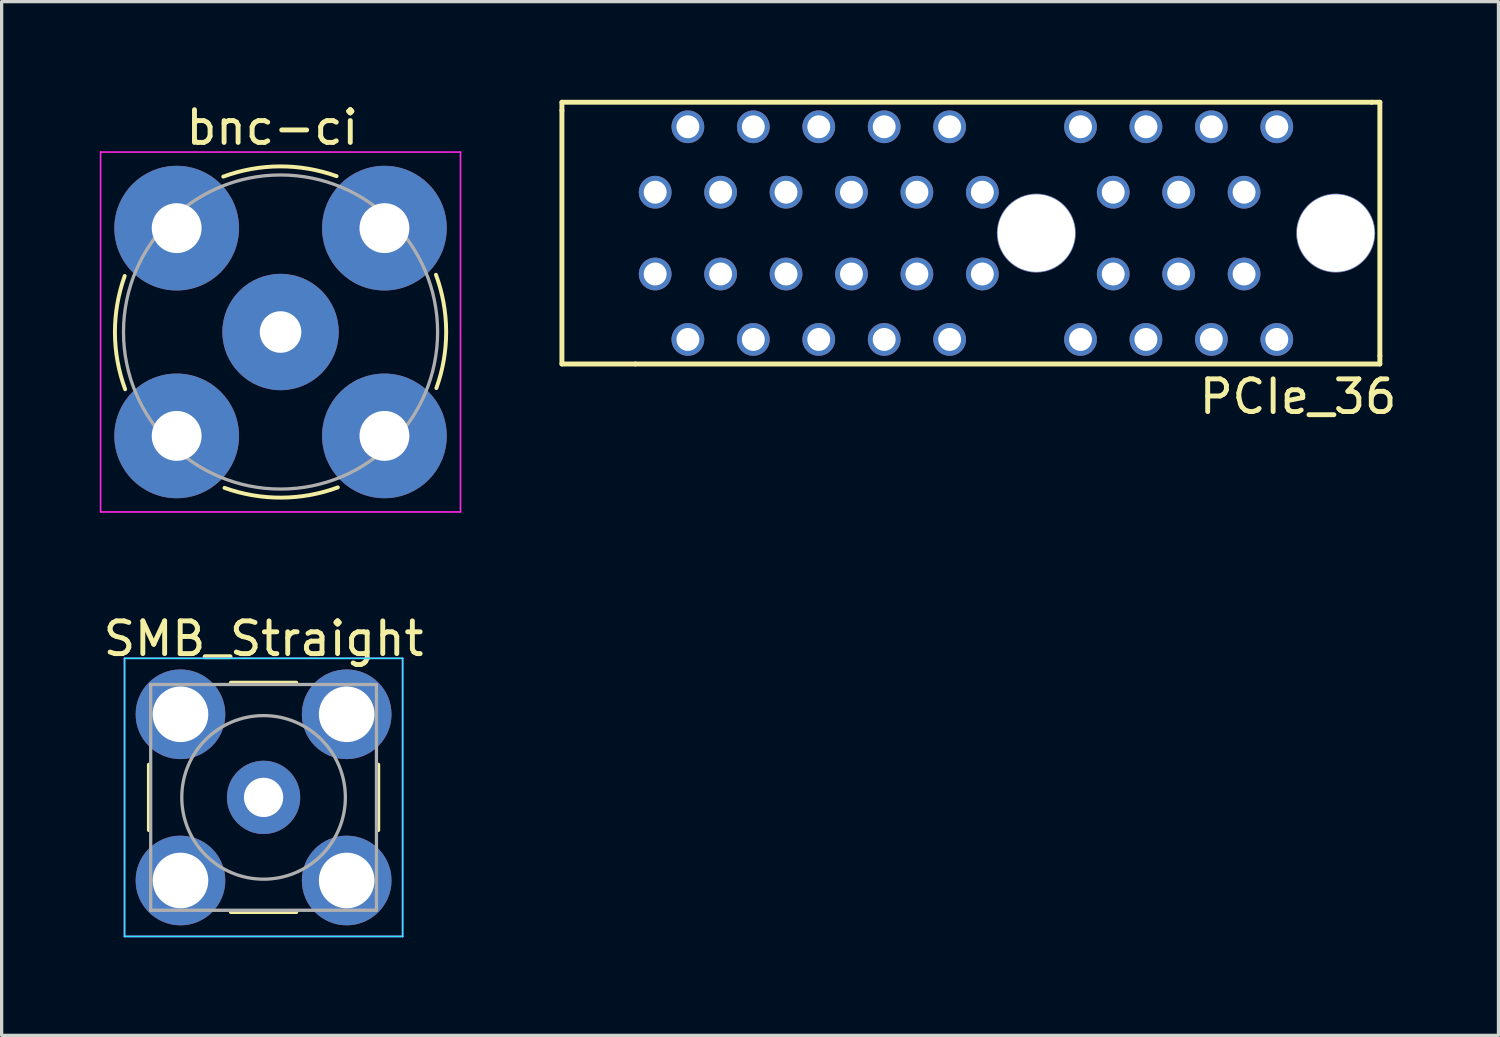
<source format=kicad_pcb>
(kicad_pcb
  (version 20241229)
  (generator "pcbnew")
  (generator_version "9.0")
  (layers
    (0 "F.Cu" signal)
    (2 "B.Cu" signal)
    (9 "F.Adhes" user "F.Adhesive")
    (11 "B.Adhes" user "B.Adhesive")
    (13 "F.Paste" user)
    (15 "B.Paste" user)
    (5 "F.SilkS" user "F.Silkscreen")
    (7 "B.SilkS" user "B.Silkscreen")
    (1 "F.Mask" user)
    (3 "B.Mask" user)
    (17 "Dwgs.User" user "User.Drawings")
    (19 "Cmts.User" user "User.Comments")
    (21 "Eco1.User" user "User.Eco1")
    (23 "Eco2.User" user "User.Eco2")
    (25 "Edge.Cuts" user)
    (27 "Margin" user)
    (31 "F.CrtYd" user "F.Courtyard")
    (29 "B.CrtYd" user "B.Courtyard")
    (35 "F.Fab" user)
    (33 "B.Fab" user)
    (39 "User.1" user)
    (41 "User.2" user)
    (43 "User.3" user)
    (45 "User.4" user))
  (footprint "PCIe_36"
    (layer "F.Cu")
    (at 28.625 4.075)
    (property "Reference" "PCIe_36" (at 8 5 180) (layer "F.SilkS") (effects (font (size 1 1) (thickness 0.15))))
    (attr through_hole)
    (fp_line (start -14.5 -4) (end 10.25 -4) (stroke (width 0.15) (type solid)) (layer "F.SilkS"))
    (fp_line (start -14.5 -3.75) (end -14.5 -4) (stroke (width 0.15) (type solid)) (layer "F.SilkS"))
    (fp_line (start -14.5 4) (end -14.5 -3.75) (stroke (width 0.15) (type solid)) (layer "F.SilkS"))
    (fp_line (start -12.25 4) (end -14.5 4) (stroke (width 0.15) (type solid)) (layer "F.SilkS"))
    (fp_line (start 10.25 -4) (end 10.5 -4) (stroke (width 0.15) (type solid)) (layer "F.SilkS"))
    (fp_line (start 10.5 -4) (end 10.5 3.75) (stroke (width 0.15) (type solid)) (layer "F.SilkS"))
    (fp_line (start 10.5 3.75) (end 10.5 4) (stroke (width 0.15) (type solid)) (layer "F.SilkS"))
    (fp_line (start 10.5 4) (end -12.25 4) (stroke (width 0.15) (type solid)) (layer "F.SilkS"))
    (pad "" thru_hole circle (at 0 0) (size 2.41 2.41) (drill 2.37) (layers "*.Cu" "*.Mask"))
    (pad "" thru_hole circle (at 9.15 0) (size 2.41 2.41) (drill 2.37) (layers "*.Cu" "*.Mask"))
    (pad "1" thru_hole circle (at 7.35 -3.25) (size 1 1) (drill 0.7) (layers "*.Cu" "*.Mask"))
    (pad "2" thru_hole circle (at 7.35 3.25) (size 1 1) (drill 0.7) (layers "*.Cu" "*.Mask"))
    (pad "3" thru_hole circle (at 6.35 -1.25) (size 1 1) (drill 0.7) (layers "*.Cu" "*.Mask"))
    (pad "4" thru_hole circle (at 6.35 1.25) (size 1 1) (drill 0.7) (layers "*.Cu" "*.Mask"))
    (pad "5" thru_hole circle (at 5.35 -3.25) (size 1 1) (drill 0.7) (layers "*.Cu" "*.Mask"))
    (pad "6" thru_hole circle (at 5.35 3.25) (size 1 1) (drill 0.7) (layers "*.Cu" "*.Mask"))
    (pad "7" thru_hole circle (at 4.35 -1.25) (size 1 1) (drill 0.7) (layers "*.Cu" "*.Mask"))
    (pad "8" thru_hole circle (at 4.35 1.25) (size 1 1) (drill 0.7) (layers "*.Cu" "*.Mask"))
    (pad "9" thru_hole circle (at 3.35 -3.25) (size 1 1) (drill 0.7) (layers "*.Cu" "*.Mask"))
    (pad "10" thru_hole circle (at 3.35 3.25) (size 1 1) (drill 0.7) (layers "*.Cu" "*.Mask"))
    (pad "11" thru_hole circle (at 2.35 -1.25) (size 1 1) (drill 0.7) (layers "*.Cu" "*.Mask"))
    (pad "12" thru_hole circle (at 2.35 1.25) (size 1 1) (drill 0.7) (layers "*.Cu" "*.Mask"))
    (pad "13" thru_hole circle (at 1.35 -3.25) (size 1 1) (drill 0.7) (layers "*.Cu" "*.Mask"))
    (pad "14" thru_hole circle (at 1.35 3.25) (size 1 1) (drill 0.7) (layers "*.Cu" "*.Mask"))
    (pad "15" thru_hole circle (at -1.65 -1.25) (size 1 1) (drill 0.7) (layers "*.Cu" "*.Mask"))
    (pad "16" thru_hole circle (at -1.65 1.25) (size 1 1) (drill 0.7) (layers "*.Cu" "*.Mask"))
    (pad "17" thru_hole circle (at -2.65 -3.25) (size 1 1) (drill 0.7) (layers "*.Cu" "*.Mask"))
    (pad "18" thru_hole circle (at -2.65 3.25) (size 1 1) (drill 0.7) (layers "*.Cu" "*.Mask"))
    (pad "19" thru_hole circle (at -3.65 -1.25) (size 1 1) (drill 0.7) (layers "*.Cu" "*.Mask"))
    (pad "20" thru_hole circle (at -3.65 1.25) (size 1 1) (drill 0.7) (layers "*.Cu" "*.Mask"))
    (pad "21" thru_hole circle (at -4.65 -3.25) (size 1 1) (drill 0.7) (layers "*.Cu" "*.Mask"))
    (pad "22" thru_hole circle (at -4.65 3.25) (size 1 1) (drill 0.7) (layers "*.Cu" "*.Mask"))
    (pad "23" thru_hole circle (at -5.65 -1.25) (size 1 1) (drill 0.7) (layers "*.Cu" "*.Mask"))
    (pad "24" thru_hole circle (at -5.65 1.25) (size 1 1) (drill 0.7) (layers "*.Cu" "*.Mask"))
    (pad "25" thru_hole circle (at -6.65 -3.25) (size 1 1) (drill 0.7) (layers "*.Cu" "*.Mask"))
    (pad "26" thru_hole circle (at -6.65 3.25) (size 1 1) (drill 0.7) (layers "*.Cu" "*.Mask"))
    (pad "27" thru_hole circle (at -7.65 -1.25) (size 1 1) (drill 0.7) (layers "*.Cu" "*.Mask"))
    (pad "28" thru_hole circle (at -7.65 1.25) (size 1 1) (drill 0.7) (layers "*.Cu" "*.Mask"))
    (pad "29" thru_hole circle (at -8.65 -3.25) (size 1 1) (drill 0.7) (layers "*.Cu" "*.Mask"))
    (pad "30" thru_hole circle (at -8.65 3.25) (size 1 1) (drill 0.7) (layers "*.Cu" "*.Mask"))
    (pad "31" thru_hole circle (at -9.65 -1.25) (size 1 1) (drill 0.7) (layers "*.Cu" "*.Mask"))
    (pad "32" thru_hole circle (at -9.65 1.25) (size 1 1) (drill 0.7) (layers "*.Cu" "*.Mask"))
    (pad "33" thru_hole circle (at -10.65 -3.25) (size 1 1) (drill 0.7) (layers "*.Cu" "*.Mask"))
    (pad "34" thru_hole circle (at -10.65 3.25) (size 1 1) (drill 0.7) (layers "*.Cu" "*.Mask"))
    (pad "35" thru_hole circle (at -11.65 -1.25) (size 1 1) (drill 0.7) (layers "*.Cu" "*.Mask"))
    (pad "36" thru_hole circle (at -11.65 1.25) (size 1 1) (drill 0.7) (layers "*.Cu" "*.Mask")))
  (footprint "SMB_Straight"
    (layer "F.Cu")
    (at 5.006 21.322)
    (property "Reference" "SMB_Straight" (at 0 -4.85 0) (layer "F.SilkS") (effects (font (size 1 1) (thickness 0.15))))
    (attr through_hole)
    (fp_line (start -3.505 1) (end -3.505 -1) (stroke (width 0.12) (type solid)) (layer "F.SilkS"))
    (fp_line (start -1 -3.505) (end 1 -3.505) (stroke (width 0.12) (type solid)) (layer "F.SilkS"))
    (fp_line (start 1 3.505) (end -1 3.505) (stroke (width 0.12) (type solid)) (layer "F.SilkS"))
    (fp_line (start 3.505 -1) (end 3.505 1) (stroke (width 0.12) (type solid)) (layer "F.SilkS"))
    (fp_line (start -4.25 -4.25) (end 4.25 -4.25) (stroke (width 0.05) (type solid)) (layer "B.CrtYd"))
    (fp_line (start -4.25 4.25) (end -4.25 -4.25) (stroke (width 0.05) (type solid)) (layer "B.CrtYd"))
    (fp_line (start 4.25 -4.25) (end 4.25 4.25) (stroke (width 0.05) (type solid)) (layer "B.CrtYd"))
    (fp_line (start 4.25 4.25) (end -4.25 4.25) (stroke (width 0.05) (type solid)) (layer "B.CrtYd"))
    (fp_line (start -4.25 -4.25) (end 4.25 -4.25) (stroke (width 0.05) (type solid)) (layer "F.CrtYd"))
    (fp_line (start -4.25 4.25) (end -4.25 -4.25) (stroke (width 0.05) (type solid)) (layer "F.CrtYd"))
    (fp_line (start 4.25 -4.25) (end 4.25 4.25) (stroke (width 0.05) (type solid)) (layer "F.CrtYd"))
    (fp_line (start 4.25 4.25) (end -4.25 4.25) (stroke (width 0.05) (type solid)) (layer "F.CrtYd"))
    (fp_line (start -3.45 -3.45) (end -3.45 3.45) (stroke (width 0.1) (type solid)) (layer "F.Fab"))
    (fp_line (start -3.45 3.45) (end 3.45 3.45) (stroke (width 0.1) (type solid)) (layer "F.Fab"))
    (fp_line (start 3.45 -3.45) (end -3.45 -3.45) (stroke (width 0.1) (type solid)) (layer "F.Fab"))
    (fp_line (start 3.45 3.45) (end 3.45 -3.45) (stroke (width 0.1) (type solid)) (layer "F.Fab"))
    (fp_circle (center 0 0) (end 2.5 0) (stroke (width 0.1) (type solid)) (fill no) (layer "F.Fab"))
    (pad "1" thru_hole circle (at 0 0) (size 2.24 2.24) (drill 1.2) (layers "*.Cu" "*.Mask"))
    (pad "2" thru_hole circle (at -2.54 -2.54) (size 2.74 2.74) (drill 1.7) (layers "*.Cu" "*.Mask"))
    (pad "2" thru_hole circle (at -2.54 2.54) (size 2.74 2.74) (drill 1.7) (layers "*.Cu" "*.Mask"))
    (pad "2" thru_hole circle (at 2.54 -2.54) (size 2.74 2.74) (drill 1.7) (layers "*.Cu" "*.Mask"))
    (pad "2" thru_hole circle (at 2.54 2.54) (size 2.74 2.74) (drill 1.7) (layers "*.Cu" "*.Mask")))
  (footprint "bnc-ci"
    (layer "F.Cu")
    (at 5.525 7.098)
    (property "Reference" "bnc-ci" (at -0.25 -6.25 0) (layer "F.SilkS") (effects (font (size 1 1) (thickness 0.15))))
    (attr through_hole)
    (fp_arc (start -4.75 1.75) (mid -5.062075 0.019867) (end -4.763589 -1.712663) (stroke (width 0.12) (type solid)) (layer "F.SilkS"))
    (fp_arc (start -1.75 -4.75) (mid -0.019867 -5.062075) (end 1.712663 -4.763589) (stroke (width 0.12) (type solid)) (layer "F.SilkS"))
    (fp_arc (start 1.75 4.75) (mid 0.019867 5.062075) (end -1.712663 4.763589) (stroke (width 0.12) (type solid)) (layer "F.SilkS"))
    (fp_arc (start 4.75 -1.75) (mid 5.062075 -0.019867) (end 4.763589 1.712663) (stroke (width 0.12) (type solid)) (layer "F.SilkS"))
    (fp_line (start -5.5 -5.5) (end 5.5 -5.5) (stroke (width 0.05) (type solid)) (layer "F.CrtYd"))
    (fp_line (start -5.5 5.5) (end -5.5 -5.5) (stroke (width 0.05) (type solid)) (layer "F.CrtYd"))
    (fp_line (start 5.5 -5.5) (end 5.5 5.5) (stroke (width 0.05) (type solid)) (layer "F.CrtYd"))
    (fp_line (start 5.5 5.5) (end -5.5 5.5) (stroke (width 0.05) (type solid)) (layer "F.CrtYd"))
    (fp_circle (center 0 0) (end 4.8 0) (stroke (width 0.1) (type solid)) (fill no) (layer "F.Fab"))
    (pad "1" thru_hole circle (at 0 0) (size 3.556 3.556) (drill 1.27) (layers "*.Cu" "*.Mask"))
    (pad "2" thru_hole circle (at -3.175 -3.175) (size 3.81 3.81) (drill 1.524) (layers "*.Cu" "*.Mask"))
    (pad "2" thru_hole circle (at -3.175 3.175) (size 3.81 3.81) (drill 1.524) (layers "*.Cu" "*.Mask"))
    (pad "2" thru_hole circle (at 3.175 -3.175) (size 3.81 3.81) (drill 1.524) (layers "*.Cu" "*.Mask"))
    (pad "2" thru_hole circle (at 3.175 3.175) (size 3.81 3.81) (drill 1.524) (layers "*.Cu" "*.Mask")))
  (gr_rect
    (start -3 -3)
    (end 42.75 28.596)
    (stroke (width 0.1) (type default))
    (fill no)
    (layer "Edge.Cuts")))
</source>
